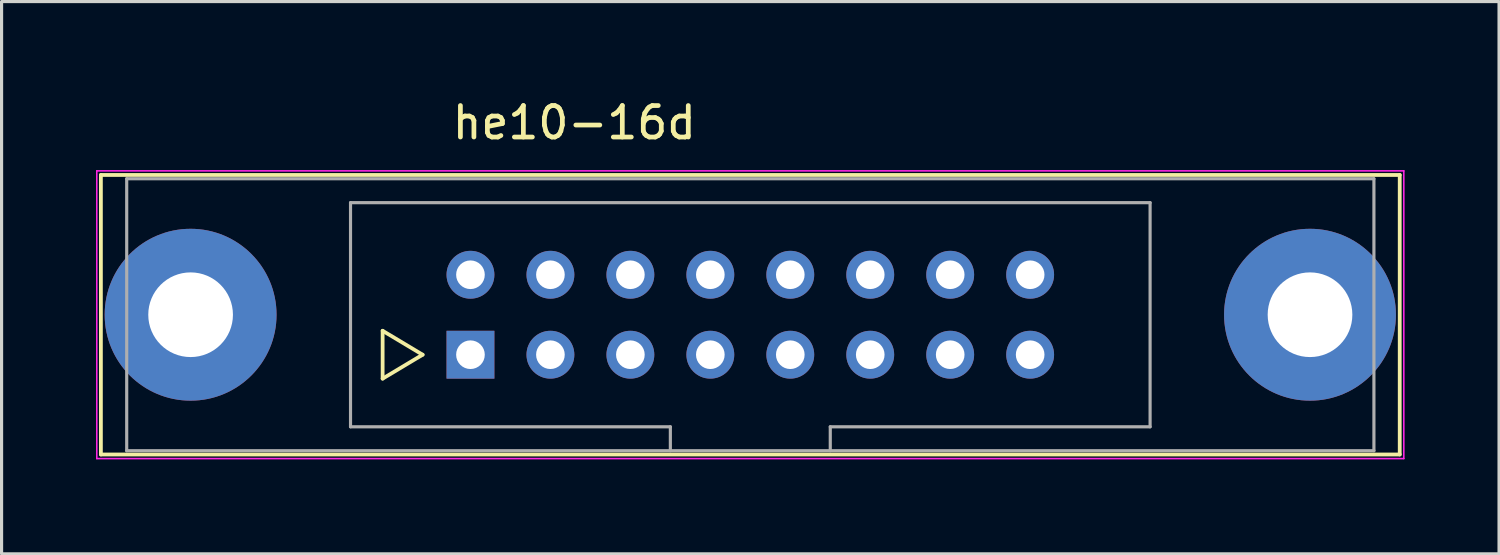
<source format=kicad_pcb>
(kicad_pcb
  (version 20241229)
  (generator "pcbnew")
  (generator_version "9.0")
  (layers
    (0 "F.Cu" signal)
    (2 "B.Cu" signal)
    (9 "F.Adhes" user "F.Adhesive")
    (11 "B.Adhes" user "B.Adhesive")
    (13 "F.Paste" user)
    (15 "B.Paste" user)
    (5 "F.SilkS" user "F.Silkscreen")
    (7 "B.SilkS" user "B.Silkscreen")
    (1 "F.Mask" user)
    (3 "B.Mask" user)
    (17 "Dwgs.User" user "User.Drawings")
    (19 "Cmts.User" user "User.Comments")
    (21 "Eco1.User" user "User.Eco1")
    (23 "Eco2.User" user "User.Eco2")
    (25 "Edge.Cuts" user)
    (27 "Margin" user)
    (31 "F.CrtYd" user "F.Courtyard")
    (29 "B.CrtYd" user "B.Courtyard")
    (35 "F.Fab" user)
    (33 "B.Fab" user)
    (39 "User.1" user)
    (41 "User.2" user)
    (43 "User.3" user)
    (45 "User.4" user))
  (footprint "he10-16d"
    (layer "F.Cu")
    (at 11.895 8.218)
    (property "Reference" "he10-16d" (at 3.3 -7.37 0) (layer "F.SilkS") (effects (font (size 1 1) (thickness 0.15))))
    (attr through_hole)
    (fp_line (start -11.74 -5.71) (end -11.74 3.17) (stroke (width 0.12) (type solid)) (layer "F.SilkS"))
    (fp_line (start -11.74 -5.71) (end 29.52 -5.71) (stroke (width 0.12) (type solid)) (layer "F.SilkS"))
    (fp_line (start -2.79 -0.76) (end -2.79 0.76) (stroke (width 0.12) (type solid)) (layer "F.SilkS"))
    (fp_line (start -2.79 0.76) (end -1.52 0) (stroke (width 0.12) (type solid)) (layer "F.SilkS"))
    (fp_line (start -1.52 0) (end -2.79 -0.76) (stroke (width 0.12) (type solid)) (layer "F.SilkS"))
    (fp_line (start 29.52 3.17) (end -11.74 3.17) (stroke (width 0.12) (type solid)) (layer "F.SilkS"))
    (fp_line (start 29.52 3.17) (end 29.52 -5.71) (stroke (width 0.12) (type solid)) (layer "F.SilkS"))
    (fp_line (start -11.87 -5.84) (end -11.87 3.3) (stroke (width 0.05) (type solid)) (layer "F.CrtYd"))
    (fp_line (start -11.87 -5.84) (end 29.65 -5.84) (stroke (width 0.05) (type solid)) (layer "F.CrtYd"))
    (fp_line (start 29.65 3.3) (end -11.87 3.3) (stroke (width 0.05) (type solid)) (layer "F.CrtYd"))
    (fp_line (start 29.65 3.3) (end 29.65 -5.84) (stroke (width 0.05) (type solid)) (layer "F.CrtYd"))
    (fp_line (start -10.92 -5.59) (end 28.7 -5.59) (stroke (width 0.1) (type solid)) (layer "F.Fab"))
    (fp_line (start -10.92 3.05) (end -10.92 -5.59) (stroke (width 0.1) (type solid)) (layer "F.Fab"))
    (fp_line (start -3.81 -4.83) (end 21.59 -4.83) (stroke (width 0.1) (type solid)) (layer "F.Fab"))
    (fp_line (start -3.81 2.29) (end -3.81 -4.83) (stroke (width 0.1) (type solid)) (layer "F.Fab"))
    (fp_line (start 6.35 2.29) (end -3.81 2.29) (stroke (width 0.1) (type solid)) (layer "F.Fab"))
    (fp_line (start 6.35 3.05) (end 6.35 2.29) (stroke (width 0.1) (type solid)) (layer "F.Fab"))
    (fp_line (start 11.43 2.29) (end 11.43 3.05) (stroke (width 0.1) (type solid)) (layer "F.Fab"))
    (fp_line (start 21.59 -4.83) (end 21.59 2.29) (stroke (width 0.1) (type solid)) (layer "F.Fab"))
    (fp_line (start 21.59 2.29) (end 11.43 2.29) (stroke (width 0.1) (type solid)) (layer "F.Fab"))
    (fp_line (start 28.7 -5.59) (end 28.7 3.05) (stroke (width 0.1) (type solid)) (layer "F.Fab"))
    (fp_line (start 28.7 3.05) (end -10.92 3.05) (stroke (width 0.1) (type solid)) (layer "F.Fab"))
    (pad "0" thru_hole circle (at -8.89 -1.27) (size 5.46 5.46) (drill 2.69) (layers "*.Cu" "*.Mask"))
    (pad "0" thru_hole circle (at 26.67 -1.27) (size 5.46 5.46) (drill 2.69) (layers "*.Cu" "*.Mask"))
    (pad "1" thru_hole rect (at 0 0) (size 1.52 1.52) (drill 0.91) (layers "*.Cu" "*.Mask"))
    (pad "2" thru_hole circle (at 0 -2.54) (size 1.52 1.52) (drill 0.91) (layers "*.Cu" "*.Mask"))
    (pad "3" thru_hole circle (at 2.54 0) (size 1.52 1.52) (drill 0.91) (layers "*.Cu" "*.Mask"))
    (pad "4" thru_hole circle (at 2.54 -2.54) (size 1.52 1.52) (drill 0.91) (layers "*.Cu" "*.Mask"))
    (pad "5" thru_hole circle (at 5.08 0) (size 1.52 1.52) (drill 0.91) (layers "*.Cu" "*.Mask"))
    (pad "6" thru_hole circle (at 5.08 -2.54) (size 1.52 1.52) (drill 0.91) (layers "*.Cu" "*.Mask"))
    (pad "7" thru_hole circle (at 7.62 0) (size 1.52 1.52) (drill 0.91) (layers "*.Cu" "*.Mask"))
    (pad "8" thru_hole circle (at 7.62 -2.54) (size 1.52 1.52) (drill 0.91) (layers "*.Cu" "*.Mask"))
    (pad "9" thru_hole circle (at 10.16 0) (size 1.52 1.52) (drill 0.91) (layers "*.Cu" "*.Mask"))
    (pad "10" thru_hole circle (at 10.16 -2.54) (size 1.52 1.52) (drill 0.91) (layers "*.Cu" "*.Mask"))
    (pad "11" thru_hole circle (at 12.7 0) (size 1.52 1.52) (drill 0.91) (layers "*.Cu" "*.Mask"))
    (pad "12" thru_hole circle (at 12.7 -2.54) (size 1.52 1.52) (drill 0.91) (layers "*.Cu" "*.Mask"))
    (pad "13" thru_hole circle (at 15.24 0) (size 1.52 1.52) (drill 0.91) (layers "*.Cu" "*.Mask"))
    (pad "14" thru_hole circle (at 15.24 -2.54) (size 1.52 1.52) (drill 0.91) (layers "*.Cu" "*.Mask"))
    (pad "15" thru_hole circle (at 17.78 0) (size 1.52 1.52) (drill 0.91) (layers "*.Cu" "*.Mask"))
    (pad "16" thru_hole circle (at 17.78 -2.54) (size 1.52 1.52) (drill 0.91) (layers "*.Cu" "*.Mask")))
  (gr_rect
    (start -3 -3)
    (end 44.57 14.543)
    (stroke (width 0.1) (type default))
    (fill no)
    (layer "Edge.Cuts")))
</source>
